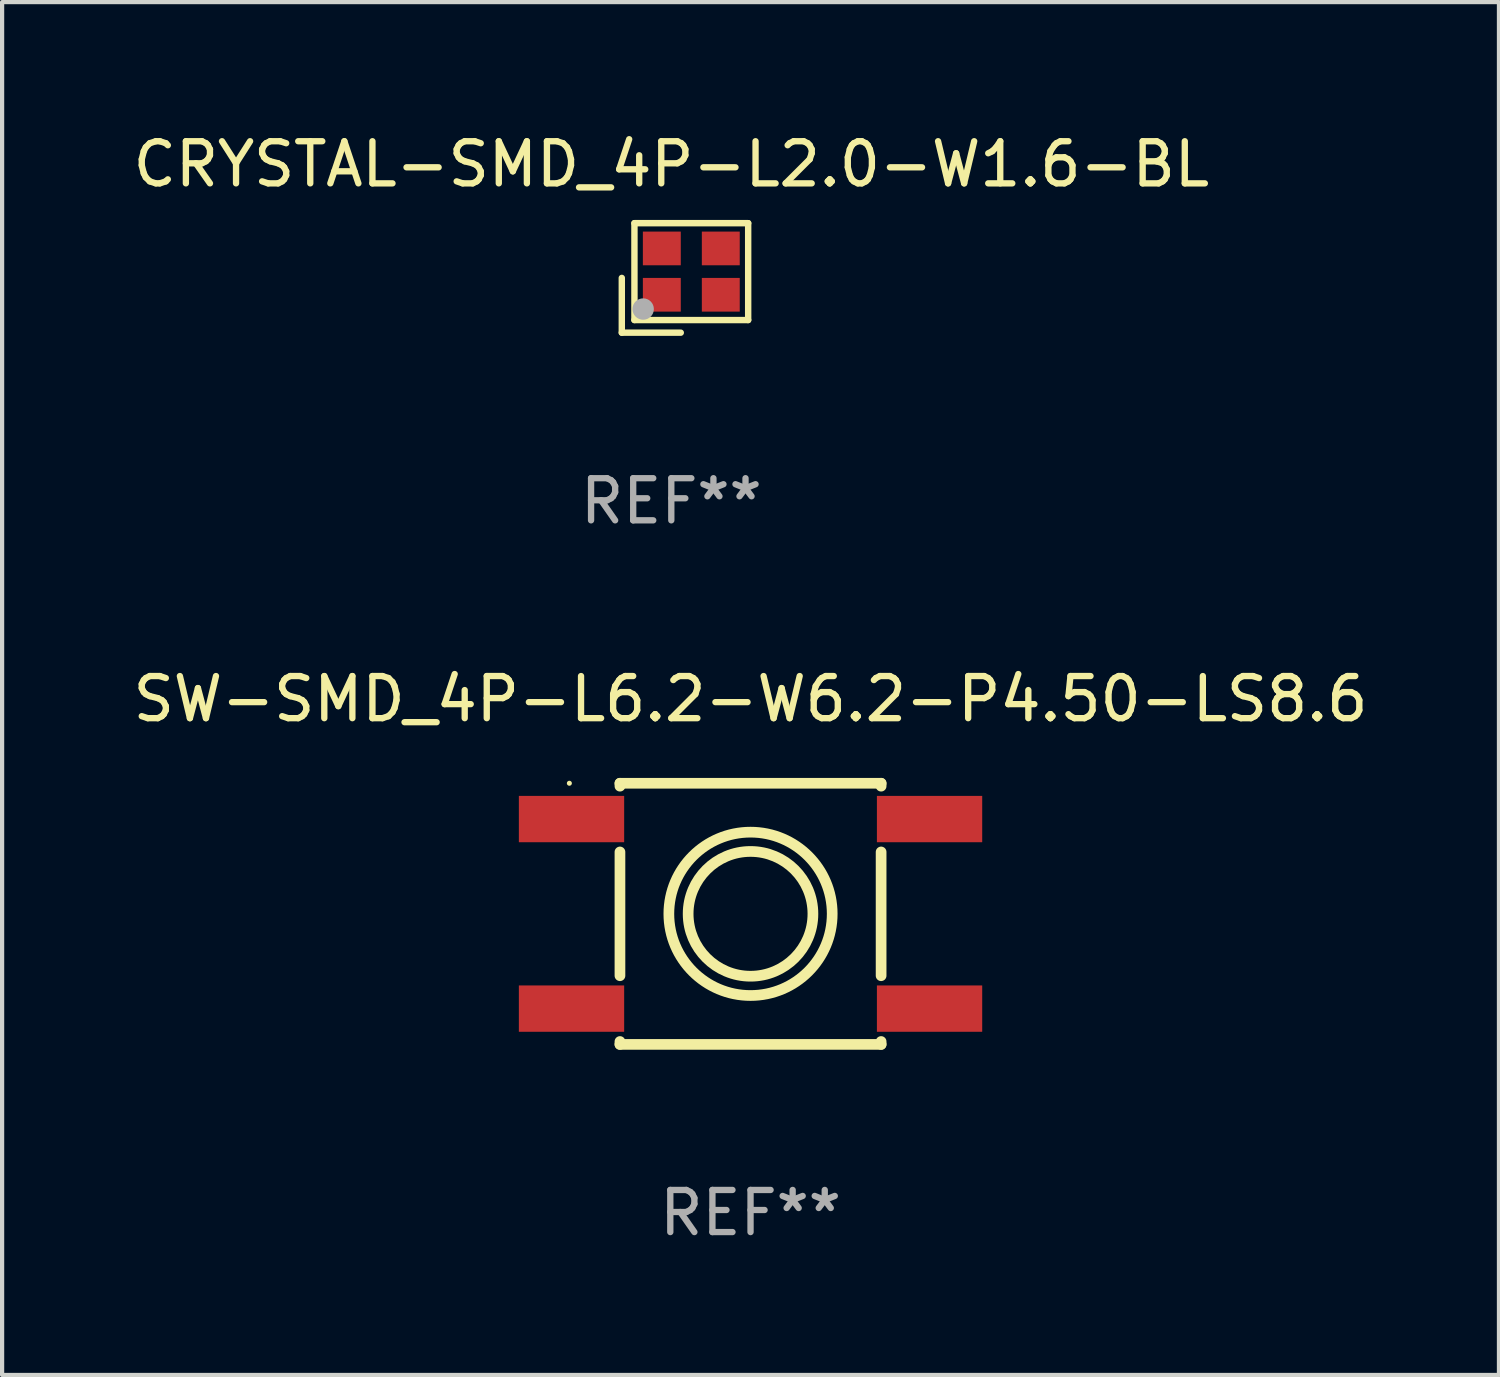
<source format=kicad_pcb>
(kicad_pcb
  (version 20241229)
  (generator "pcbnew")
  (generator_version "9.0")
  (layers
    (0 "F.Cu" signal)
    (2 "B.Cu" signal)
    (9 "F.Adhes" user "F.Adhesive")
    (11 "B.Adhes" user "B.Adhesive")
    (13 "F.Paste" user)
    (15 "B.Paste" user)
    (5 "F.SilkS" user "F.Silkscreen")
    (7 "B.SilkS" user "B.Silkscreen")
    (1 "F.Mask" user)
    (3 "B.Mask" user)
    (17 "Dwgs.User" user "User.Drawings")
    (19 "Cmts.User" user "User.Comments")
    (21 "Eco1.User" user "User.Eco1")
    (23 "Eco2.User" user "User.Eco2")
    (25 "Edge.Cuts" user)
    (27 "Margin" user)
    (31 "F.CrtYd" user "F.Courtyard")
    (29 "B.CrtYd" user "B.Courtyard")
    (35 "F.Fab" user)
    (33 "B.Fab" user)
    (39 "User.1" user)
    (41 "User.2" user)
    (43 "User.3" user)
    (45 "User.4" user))
  (footprint "CRYSTAL-SMD_4P-L2.0-W1.6-BL"
    (layer "F.Cu")
    (at 13.362 3.398)
    (property "Reference" "CRYSTAL-SMD_4P-L2.0-W1.6-BL" (at -0.475 -2.55 0) (layer "F.SilkS") (effects (font (size 1 1) (thickness 0.15))))
    (attr smd)
    (fp_line (start -1.65 0.15) (end -1.65 1.45) (stroke (width 0.152) (type solid)) (layer "F.SilkS"))
    (fp_line (start -1.65 1.45) (end -0.25 1.45) (stroke (width 0.152) (type solid)) (layer "F.SilkS"))
    (fp_line (start -1.35 -1.15) (end -1.35 1.15) (stroke (width 0.152) (type solid)) (layer "F.SilkS"))
    (fp_line (start -1.35 1.15) (end 1.35 1.15) (stroke (width 0.152) (type solid)) (layer "F.SilkS"))
    (fp_line (start 1.35 -1.15) (end -1.35 -1.15) (stroke (width 0.152) (type solid)) (layer "F.SilkS"))
    (fp_line (start 1.35 1.15) (end 1.35 -1.15) (stroke (width 0.152) (type solid)) (layer "F.SilkS"))
    (fp_circle (center -1 0.8) (end -0.97 0.8) (stroke (width 0.06) (type solid)) (fill no) (layer "F.SilkS"))
    (fp_circle (center -1.143 0.889) (end -1.016 0.889) (stroke (width 0.254) (type solid)) (fill no) (layer "F.Fab"))
    (fp_text user "REF**" (at -0.475 5.45 0) (layer "F.Fab") (effects (font (size 1 1) (thickness 0.15))))
    (pad "1" smd rect (at -0.7 0.55) (size 0.9 0.8) (layers "F.Cu" "F.Mask" "F.Paste"))
    (pad "2" smd rect (at 0.7 0.55) (size 0.9 0.8) (layers "F.Cu" "F.Mask" "F.Paste"))
    (pad "3" smd rect (at 0.7 -0.55) (size 0.9 0.8) (layers "F.Cu" "F.Mask" "F.Paste"))
    (pad "4" smd rect (at -0.7 -0.55) (size 0.9 0.8) (layers "F.Cu" "F.Mask" "F.Paste")))
  (footprint "SW-SMD_4P-L6.2-W6.2-P4.50-LS8.6"
    (layer "F.Cu")
    (at 14.768 18.645)
    (property "Reference" "SW-SMD_4P-L6.2-W6.2-P4.50-LS8.6" (at 0 -5.1 0) (layer "F.SilkS") (effects (font (size 1 1) (thickness 0.15))))
    (attr smd)
    (fp_line (start -3.1 -3.1) (end -3.1 -3.031) (stroke (width 0.254) (type solid)) (layer "F.SilkS"))
    (fp_line (start -3.1 -3.1) (end 3.1 -3.1) (stroke (width 0.254) (type solid)) (layer "F.SilkS"))
    (fp_line (start -3.1 -1.469) (end -3.1 1.469) (stroke (width 0.254) (type solid)) (layer "F.SilkS"))
    (fp_line (start -3.1 3.031) (end -3.1 3.1) (stroke (width 0.254) (type solid)) (layer "F.SilkS"))
    (fp_line (start -3.1 3.1) (end 3.1 3.1) (stroke (width 0.254) (type solid)) (layer "F.SilkS"))
    (fp_line (start 3.1 -3.1) (end 3.1 -3.031) (stroke (width 0.254) (type solid)) (layer "F.SilkS"))
    (fp_line (start 3.1 -1.469) (end 3.1 1.469) (stroke (width 0.254) (type solid)) (layer "F.SilkS"))
    (fp_line (start 3.1 3.031) (end 3.1 3.1) (stroke (width 0.254) (type solid)) (layer "F.SilkS"))
    (fp_circle (center -4.301 -3.1) (end -4.271 -3.1) (stroke (width 0.06) (type solid)) (fill no) (layer "F.SilkS"))
    (fp_circle (center 0 0) (end 1.481 0) (stroke (width 0.254) (type solid)) (fill no) (layer "F.SilkS"))
    (fp_circle (center 0 0) (end 1.939 0) (stroke (width 0.254) (type solid)) (fill no) (layer "F.SilkS"))
    (fp_text user "REF**" (at 0 7.1 0) (layer "F.Fab") (effects (font (size 1 1) (thickness 0.15))))
    (pad "1" smd rect (at -4.25 -2.25) (size 2.5 1.1) (layers "F.Cu" "F.Mask" "F.Paste"))
    (pad "2" smd rect (at 4.25 -2.25) (size 2.5 1.1) (layers "F.Cu" "F.Mask" "F.Paste"))
    (pad "3" smd rect (at -4.25 2.25) (size 2.5 1.1) (layers "F.Cu" "F.Mask" "F.Paste"))
    (pad "4" smd rect (at 4.25 2.25) (size 2.5 1.1) (layers "F.Cu" "F.Mask" "F.Paste")))
  (gr_rect
    (start -3 -3)
    (end 32.536 29.593)
    (stroke (width 0.1) (type default))
    (fill no)
    (layer "Edge.Cuts")))
</source>
